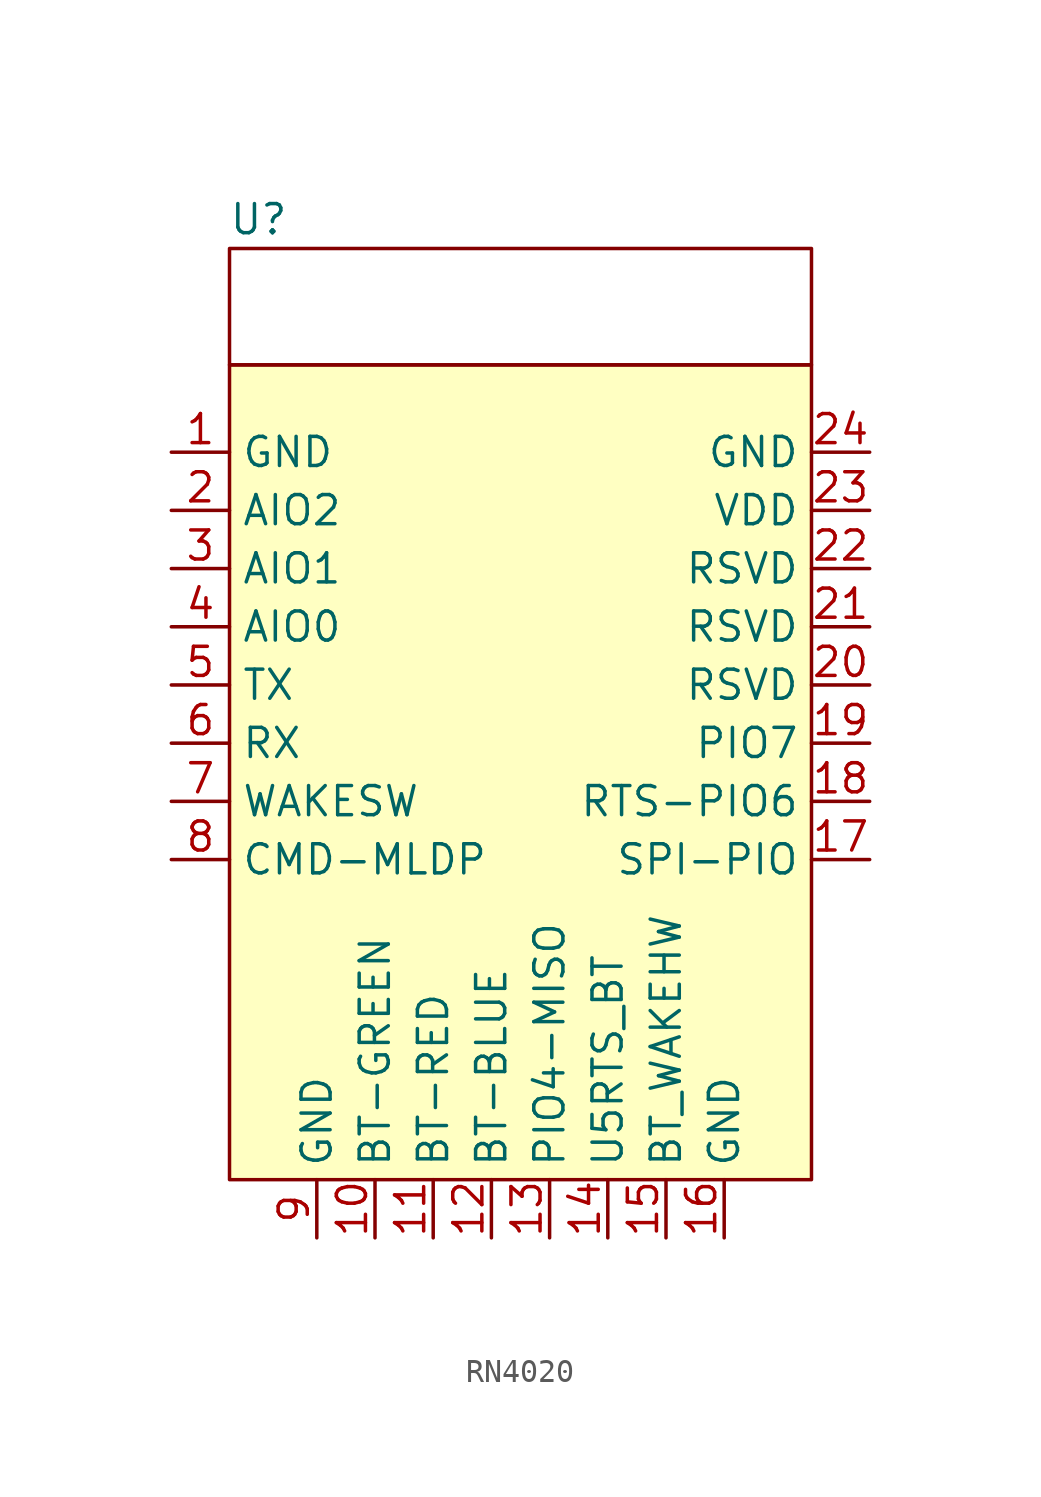
<source format=kicad_sym>
(kicad_symbol_lib
  (version 20220914)
  (generator kicad_symbol_editor)
  (symbol "RN4020"
    (property "Reference" "U"
      (at -10.16 15.24 0)
      (effects (font (size 1.27 1.27))))
    (property "Value" ""
      (at -10.16 13.97 0)
      (effects (font (size 1.27 1.27))))
    (symbol "RN4020_0_0"
      (pin input line (at -13.97 5.08 0) (length 2.54) (name "GND" (effects (font (size 1.27 1.27)))) (number "1" (effects (font (size 1.27 1.27)))))
      (pin input line (at -5.08 -29.21 90) (length 2.54) (name "BT-GREEN" (effects (font (size 1.27 1.27)))) (number "10" (effects (font (size 1.27 1.27)))))
      (pin input line (at -2.54 -29.21 90) (length 2.54) (name "BT-RED" (effects (font (size 1.27 1.27)))) (number "11" (effects (font (size 1.27 1.27)))))
      (pin input line (at 0 -29.21 90) (length 2.54) (name "BT-BLUE" (effects (font (size 1.27 1.27)))) (number "12" (effects (font (size 1.27 1.27)))))
      (pin input line (at 2.54 -29.21 90) (length 2.54) (name "PIO4-MISO" (effects (font (size 1.27 1.27)))) (number "13" (effects (font (size 1.27 1.27)))))
      (pin input line (at 5.08 -29.21 90) (length 2.54) (name "U5RTS_BT" (effects (font (size 1.27 1.27)))) (number "14" (effects (font (size 1.27 1.27)))))
      (pin input line (at 7.62 -29.21 90) (length 2.54) (name "BT_WAKEHW" (effects (font (size 1.27 1.27)))) (number "15" (effects (font (size 1.27 1.27)))))
      (pin input line (at 10.16 -29.21 90) (length 2.54) (name "GND" (effects (font (size 1.27 1.27)))) (number "16" (effects (font (size 1.27 1.27)))))
      (pin input line (at 16.51 -12.7 180) (length 2.54) (name "SPI-PIO" (effects (font (size 1.27 1.27)))) (number "17" (effects (font (size 1.27 1.27)))))
      (pin input line (at 16.51 -10.16 180) (length 2.54) (name "RTS-PIO6" (effects (font (size 1.27 1.27)))) (number "18" (effects (font (size 1.27 1.27)))))
      (pin input line (at 16.51 -7.62 180) (length 2.54) (name "PIO7" (effects (font (size 1.27 1.27)))) (number "19" (effects (font (size 1.27 1.27)))))
      (pin input line (at -13.97 2.54 0) (length 2.54) (name "AIO2" (effects (font (size 1.27 1.27)))) (number "2" (effects (font (size 1.27 1.27)))))
      (pin input line (at 16.51 -5.08 180) (length 2.54) (name "RSVD" (effects (font (size 1.27 1.27)))) (number "20" (effects (font (size 1.27 1.27)))))
      (pin input line (at 16.51 -2.54 180) (length 2.54) (name "RSVD" (effects (font (size 1.27 1.27)))) (number "21" (effects (font (size 1.27 1.27)))))
      (pin input line (at 16.51 0 180) (length 2.54) (name "RSVD" (effects (font (size 1.27 1.27)))) (number "22" (effects (font (size 1.27 1.27)))))
      (pin input line (at 16.51 2.54 180) (length 2.54) (name "VDD" (effects (font (size 1.27 1.27)))) (number "23" (effects (font (size 1.27 1.27)))))
      (pin input line (at 16.51 5.08 180) (length 2.54) (name "GND" (effects (font (size 1.27 1.27)))) (number "24" (effects (font (size 1.27 1.27)))))
      (pin input line (at -13.97 0 0) (length 2.54) (name "AIO1" (effects (font (size 1.27 1.27)))) (number "3" (effects (font (size 1.27 1.27)))))
      (pin input line (at -13.97 -2.54 0) (length 2.54) (name "AIO0" (effects (font (size 1.27 1.27)))) (number "4" (effects (font (size 1.27 1.27)))))
      (pin input line (at -13.97 -5.08 0) (length 2.54) (name "TX" (effects (font (size 1.27 1.27)))) (number "5" (effects (font (size 1.27 1.27)))))
      (pin input line (at -13.97 -7.62 0) (length 2.54) (name "RX" (effects (font (size 1.27 1.27)))) (number "6" (effects (font (size 1.27 1.27)))))
      (pin input line (at -13.97 -10.16 0) (length 2.54) (name "WAKESW" (effects (font (size 1.27 1.27)))) (number "7" (effects (font (size 1.27 1.27)))))
      (pin input line (at -13.97 -12.7 0) (length 2.54) (name "CMD-MLDP" (effects (font (size 1.27 1.27)))) (number "8" (effects (font (size 1.27 1.27)))))
      (pin input line (at -7.62 -29.21 90) (length 2.54) (name "GND" (effects (font (size 1.27 1.27)))) (number "9" (effects (font (size 1.27 1.27))))))
    (symbol "RN4020_0_1"
      (rectangle (start -11.43 8.89) (end 13.97 -26.67) (stroke (width 0) (type default)) (fill (type background)))
      (rectangle (start -11.43 13.97) (end 13.97 8.89) (stroke (width 0) (type default)) (fill (type none))))))
</source>
